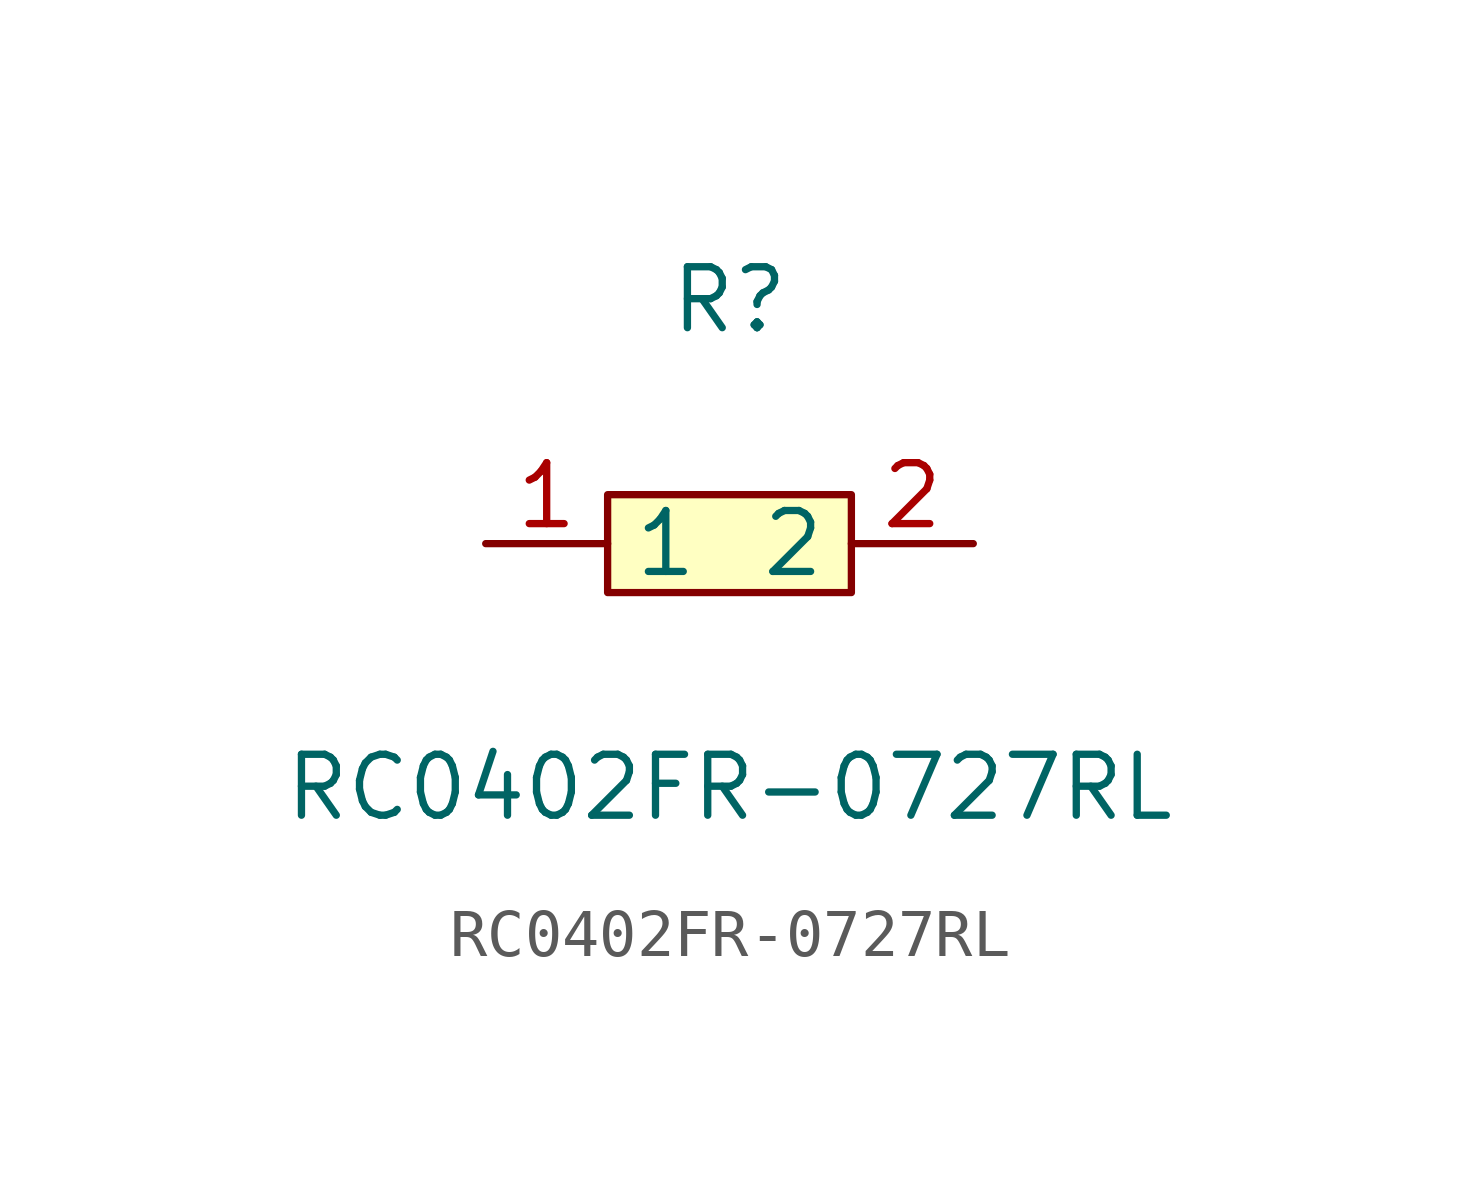
<source format=kicad_sym>
(kicad_symbol_lib
  (version 1)
  (generator "faebryk")
  (symbol "RC0402FR-0727RL"
    (property "Reference" "R"
      (at 0 5.08 0)
      (effects (font (size 1.27 1.27)) (hide no)))
    (property "Value" "RC0402FR-0727RL"
      (at 0 -5.08 0)
      (effects (font (size 1.27 1.27)) (hide no)))
    (symbol "RC0402FR-0727RL_0_1"
      (rectangle (start -2.54 1.02) (end 2.54 -1.02) (stroke (width 0) (type default) (color 0 0 0 0)) (fill (type background)))
      (pin input line (at 5.08 0 180) (length 2.54) (name "2" (effects (font (size 1.27 1.27)) (hide no))) (number "2" (effects (font (size 1.27 1.27)) (hide no))))
      (pin input line (at -5.08 0 0) (length 2.54) (name "1" (effects (font (size 1.27 1.27)) (hide no))) (number "1" (effects (font (size 1.27 1.27)) (hide no)))))))
</source>
